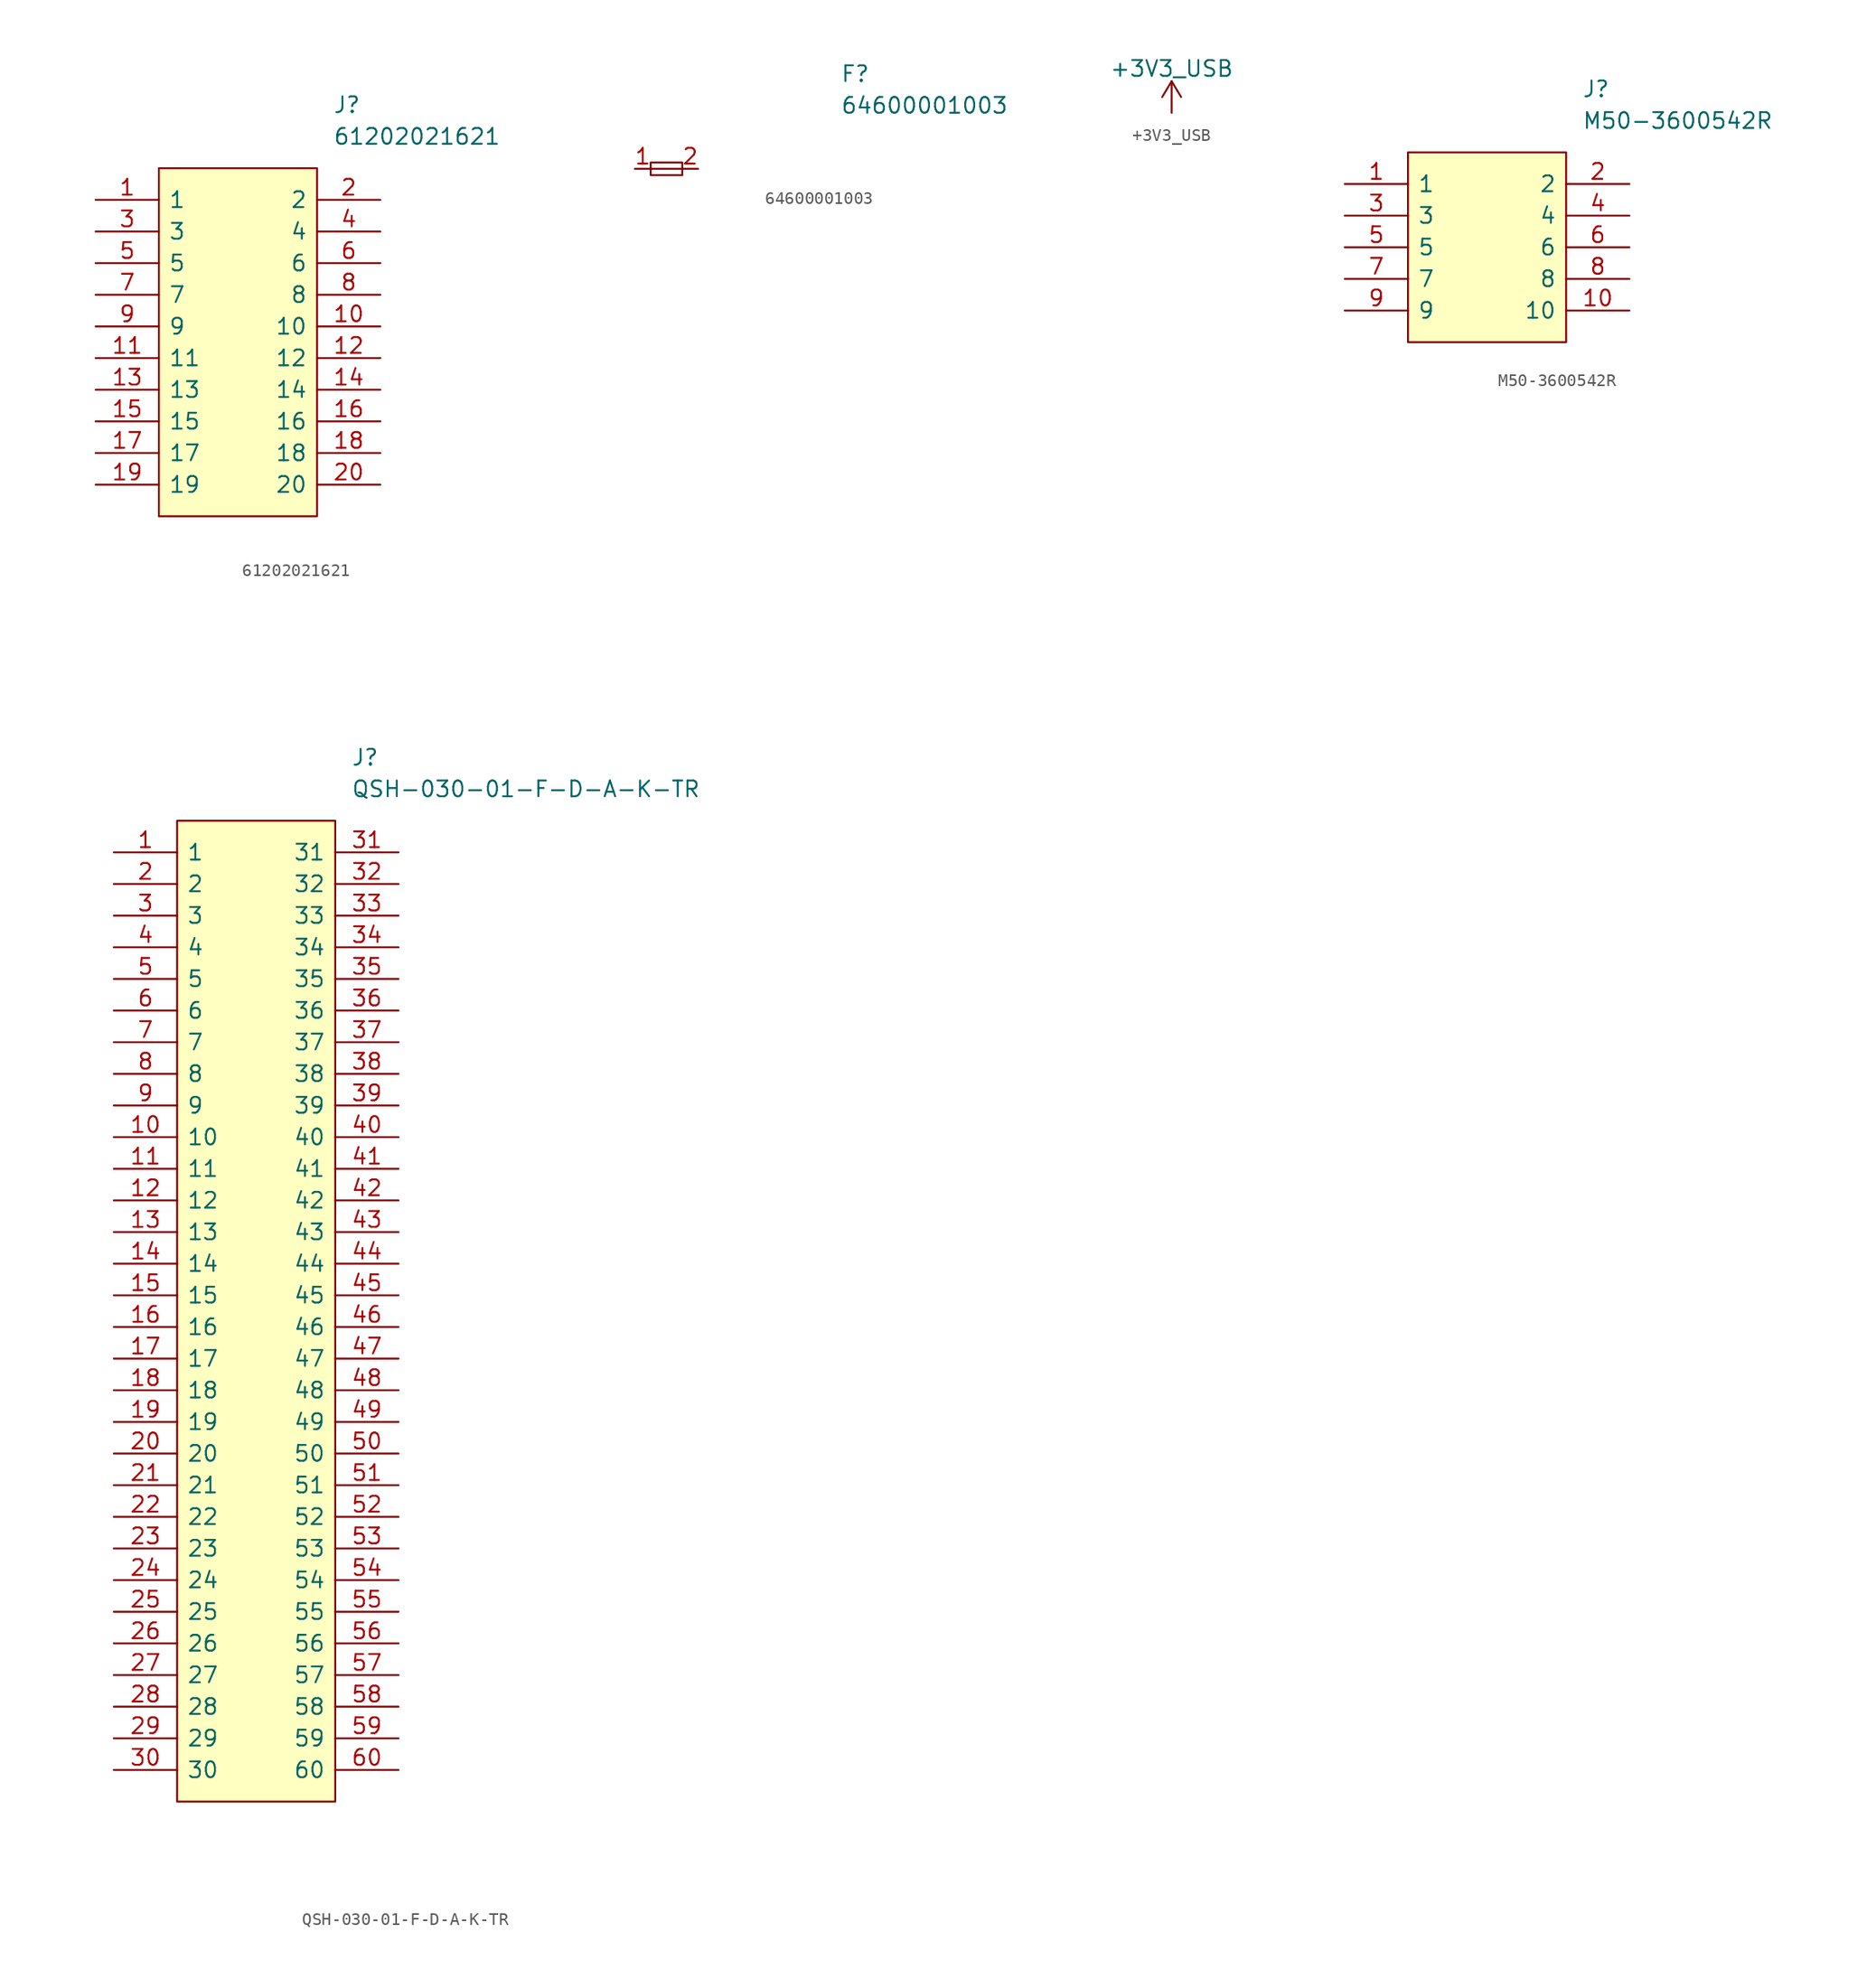
<source format=kicad_sym>
(kicad_symbol_lib
  (version 20211014)
  (generator kicad_symbol_editor)
  (symbol "61202021621"
    (pin_names
      (offset 0.762))
    (property "Reference" "J"
      (at 19.05 7.62 0)
      (effects (font (size 1.27 1.27)) (justify left)))
    (property "Value" "61202021621"
      (at 19.05 5.08 0)
      (effects (font (size 1.27 1.27)) (justify left)))
    (symbol "61202021621_0_0"
      (pin passive line (at 0 0 0) (length 5.08) (name "1" (effects (font (size 1.27 1.27)))) (number "1" (effects (font (size 1.27 1.27)))))
      (pin passive line (at 22.86 -10.16 180) (length 5.08) (name "10" (effects (font (size 1.27 1.27)))) (number "10" (effects (font (size 1.27 1.27)))))
      (pin passive line (at 0 -12.7 0) (length 5.08) (name "11" (effects (font (size 1.27 1.27)))) (number "11" (effects (font (size 1.27 1.27)))))
      (pin passive line (at 22.86 -12.7 180) (length 5.08) (name "12" (effects (font (size 1.27 1.27)))) (number "12" (effects (font (size 1.27 1.27)))))
      (pin passive line (at 0 -15.24 0) (length 5.08) (name "13" (effects (font (size 1.27 1.27)))) (number "13" (effects (font (size 1.27 1.27)))))
      (pin passive line (at 22.86 -15.24 180) (length 5.08) (name "14" (effects (font (size 1.27 1.27)))) (number "14" (effects (font (size 1.27 1.27)))))
      (pin passive line (at 0 -17.78 0) (length 5.08) (name "15" (effects (font (size 1.27 1.27)))) (number "15" (effects (font (size 1.27 1.27)))))
      (pin passive line (at 22.86 -17.78 180) (length 5.08) (name "16" (effects (font (size 1.27 1.27)))) (number "16" (effects (font (size 1.27 1.27)))))
      (pin passive line (at 0 -20.32 0) (length 5.08) (name "17" (effects (font (size 1.27 1.27)))) (number "17" (effects (font (size 1.27 1.27)))))
      (pin passive line (at 22.86 -20.32 180) (length 5.08) (name "18" (effects (font (size 1.27 1.27)))) (number "18" (effects (font (size 1.27 1.27)))))
      (pin passive line (at 0 -22.86 0) (length 5.08) (name "19" (effects (font (size 1.27 1.27)))) (number "19" (effects (font (size 1.27 1.27)))))
      (pin passive line (at 22.86 0 180) (length 5.08) (name "2" (effects (font (size 1.27 1.27)))) (number "2" (effects (font (size 1.27 1.27)))))
      (pin passive line (at 22.86 -22.86 180) (length 5.08) (name "20" (effects (font (size 1.27 1.27)))) (number "20" (effects (font (size 1.27 1.27)))))
      (pin passive line (at 0 -2.54 0) (length 5.08) (name "3" (effects (font (size 1.27 1.27)))) (number "3" (effects (font (size 1.27 1.27)))))
      (pin passive line (at 22.86 -2.54 180) (length 5.08) (name "4" (effects (font (size 1.27 1.27)))) (number "4" (effects (font (size 1.27 1.27)))))
      (pin passive line (at 0 -5.08 0) (length 5.08) (name "5" (effects (font (size 1.27 1.27)))) (number "5" (effects (font (size 1.27 1.27)))))
      (pin passive line (at 22.86 -5.08 180) (length 5.08) (name "6" (effects (font (size 1.27 1.27)))) (number "6" (effects (font (size 1.27 1.27)))))
      (pin passive line (at 0 -7.62 0) (length 5.08) (name "7" (effects (font (size 1.27 1.27)))) (number "7" (effects (font (size 1.27 1.27)))))
      (pin passive line (at 22.86 -7.62 180) (length 5.08) (name "8" (effects (font (size 1.27 1.27)))) (number "8" (effects (font (size 1.27 1.27)))))
      (pin passive line (at 0 -10.16 0) (length 5.08) (name "9" (effects (font (size 1.27 1.27)))) (number "9" (effects (font (size 1.27 1.27))))))
    (symbol "61202021621_0_1"
      (polyline (pts (xy 5.08 2.54) (xy 17.78 2.54) (xy 17.78 -25.4) (xy 5.08 -25.4) (xy 5.08 2.54)) (stroke (width 0) (type default) (color 0 0 0 0)) (fill (type background)))))
  (symbol "64600001003"
    (pin_names
      (offset 0.762))
    (property "Reference" "F"
      (at 16.51 7.62 0)
      (effects (font (size 1.27 1.27)) (justify left)))
    (property "Value" "64600001003"
      (at 16.51 5.08 0)
      (effects (font (size 1.27 1.27)) (justify left)))
    (symbol "64600001003_1_1"
      (polyline (pts (xy 1.27 0) (xy 3.81 0)) (stroke (width 0) (type default) (color 0 0 0 0)) (fill (type none)))
      (rectangle (start 1.27 0.508) (end 3.81 -0.508) (stroke (width 0) (type default) (color 0 0 0 0)) (fill (type none)))
      (pin passive line (at 0 0 0) (length 1.27) (name "~" (effects (font (size 1.27 1.27)))) (number "1" (effects (font (size 1.27 1.27)))))
      (pin passive line (at 5.08 0 180) (length 1.27) (name "~" (effects (font (size 1.27 1.27)))) (number "2" (effects (font (size 1.27 1.27)))))))
  (symbol "+3V3_USB"
    (power)
    (pin_names
      (offset 0))
    (property "Reference" "#PWR"
      (at 0 -3.81 0)
      (effects (font (size 1.27 1.27)) hide))
    (property "Value" "+3V3_USB"
      (at 0 3.556 0)
      (effects (font (size 1.27 1.27))))
    (symbol "+3V3_USB_0_1"
      (polyline (pts (xy -0.762 1.27) (xy 0 2.54)) (stroke (width 0) (type default) (color 0 0 0 0)) (fill (type none)))
      (polyline (pts (xy 0 0) (xy 0 2.54)) (stroke (width 0) (type default) (color 0 0 0 0)) (fill (type none)))
      (polyline (pts (xy 0 2.54) (xy 0.762 1.27)) (stroke (width 0) (type default) (color 0 0 0 0)) (fill (type none))))
    (symbol "+3V3_USB_1_1"
      (pin power_in line (at 0 0 90) (length 0) hide (name "+3V3_USB" (effects (font (size 1.27 1.27)))) (number "1" (effects (font (size 1.27 1.27)))))))
  (symbol "M50-3600542R"
    (pin_names
      (offset 0.762))
    (property "Reference" "J"
      (at 19.05 7.62 0)
      (effects (font (size 1.27 1.27)) (justify left)))
    (property "Value" "M50-3600542R"
      (at 19.05 5.08 0)
      (effects (font (size 1.27 1.27)) (justify left)))
    (symbol "M50-3600542R_0_0"
      (pin passive line (at 0 0 0) (length 5.08) (name "1" (effects (font (size 1.27 1.27)))) (number "1" (effects (font (size 1.27 1.27)))))
      (pin passive line (at 22.86 -10.16 180) (length 5.08) (name "10" (effects (font (size 1.27 1.27)))) (number "10" (effects (font (size 1.27 1.27)))))
      (pin passive line (at 22.86 0 180) (length 5.08) (name "2" (effects (font (size 1.27 1.27)))) (number "2" (effects (font (size 1.27 1.27)))))
      (pin passive line (at 0 -2.54 0) (length 5.08) (name "3" (effects (font (size 1.27 1.27)))) (number "3" (effects (font (size 1.27 1.27)))))
      (pin passive line (at 22.86 -2.54 180) (length 5.08) (name "4" (effects (font (size 1.27 1.27)))) (number "4" (effects (font (size 1.27 1.27)))))
      (pin passive line (at 0 -5.08 0) (length 5.08) (name "5" (effects (font (size 1.27 1.27)))) (number "5" (effects (font (size 1.27 1.27)))))
      (pin passive line (at 22.86 -5.08 180) (length 5.08) (name "6" (effects (font (size 1.27 1.27)))) (number "6" (effects (font (size 1.27 1.27)))))
      (pin passive line (at 0 -7.62 0) (length 5.08) (name "7" (effects (font (size 1.27 1.27)))) (number "7" (effects (font (size 1.27 1.27)))))
      (pin passive line (at 22.86 -7.62 180) (length 5.08) (name "8" (effects (font (size 1.27 1.27)))) (number "8" (effects (font (size 1.27 1.27)))))
      (pin passive line (at 0 -10.16 0) (length 5.08) (name "9" (effects (font (size 1.27 1.27)))) (number "9" (effects (font (size 1.27 1.27))))))
    (symbol "M50-3600542R_0_1"
      (polyline (pts (xy 5.08 2.54) (xy 17.78 2.54) (xy 17.78 -12.7) (xy 5.08 -12.7) (xy 5.08 2.54)) (stroke (width 0) (type default) (color 0 0 0 0)) (fill (type background)))))
  (symbol "QSH-030-01-F-D-A-K-TR"
    (pin_names
      (offset 0.762))
    (property "Reference" "J"
      (at 19.05 7.62 0)
      (effects (font (size 1.27 1.27)) (justify left)))
    (property "Value" "QSH-030-01-F-D-A-K-TR"
      (at 19.05 5.08 0)
      (effects (font (size 1.27 1.27)) (justify left)))
    (symbol "QSH-030-01-F-D-A-K-TR_0_0"
      (pin passive line (at 0 0 0) (length 5.08) (name "1" (effects (font (size 1.27 1.27)))) (number "1" (effects (font (size 1.27 1.27)))))
      (pin passive line (at 0 -22.86 0) (length 5.08) (name "10" (effects (font (size 1.27 1.27)))) (number "10" (effects (font (size 1.27 1.27)))))
      (pin passive line (at 0 -25.4 0) (length 5.08) (name "11" (effects (font (size 1.27 1.27)))) (number "11" (effects (font (size 1.27 1.27)))))
      (pin passive line (at 0 -27.94 0) (length 5.08) (name "12" (effects (font (size 1.27 1.27)))) (number "12" (effects (font (size 1.27 1.27)))))
      (pin passive line (at 0 -30.48 0) (length 5.08) (name "13" (effects (font (size 1.27 1.27)))) (number "13" (effects (font (size 1.27 1.27)))))
      (pin passive line (at 0 -33.02 0) (length 5.08) (name "14" (effects (font (size 1.27 1.27)))) (number "14" (effects (font (size 1.27 1.27)))))
      (pin passive line (at 0 -35.56 0) (length 5.08) (name "15" (effects (font (size 1.27 1.27)))) (number "15" (effects (font (size 1.27 1.27)))))
      (pin passive line (at 0 -38.1 0) (length 5.08) (name "16" (effects (font (size 1.27 1.27)))) (number "16" (effects (font (size 1.27 1.27)))))
      (pin passive line (at 0 -40.64 0) (length 5.08) (name "17" (effects (font (size 1.27 1.27)))) (number "17" (effects (font (size 1.27 1.27)))))
      (pin passive line (at 0 -43.18 0) (length 5.08) (name "18" (effects (font (size 1.27 1.27)))) (number "18" (effects (font (size 1.27 1.27)))))
      (pin passive line (at 0 -45.72 0) (length 5.08) (name "19" (effects (font (size 1.27 1.27)))) (number "19" (effects (font (size 1.27 1.27)))))
      (pin passive line (at 0 -2.54 0) (length 5.08) (name "2" (effects (font (size 1.27 1.27)))) (number "2" (effects (font (size 1.27 1.27)))))
      (pin passive line (at 0 -48.26 0) (length 5.08) (name "20" (effects (font (size 1.27 1.27)))) (number "20" (effects (font (size 1.27 1.27)))))
      (pin passive line (at 0 -50.8 0) (length 5.08) (name "21" (effects (font (size 1.27 1.27)))) (number "21" (effects (font (size 1.27 1.27)))))
      (pin passive line (at 0 -53.34 0) (length 5.08) (name "22" (effects (font (size 1.27 1.27)))) (number "22" (effects (font (size 1.27 1.27)))))
      (pin passive line (at 0 -55.88 0) (length 5.08) (name "23" (effects (font (size 1.27 1.27)))) (number "23" (effects (font (size 1.27 1.27)))))
      (pin passive line (at 0 -58.42 0) (length 5.08) (name "24" (effects (font (size 1.27 1.27)))) (number "24" (effects (font (size 1.27 1.27)))))
      (pin passive line (at 0 -60.96 0) (length 5.08) (name "25" (effects (font (size 1.27 1.27)))) (number "25" (effects (font (size 1.27 1.27)))))
      (pin passive line (at 0 -63.5 0) (length 5.08) (name "26" (effects (font (size 1.27 1.27)))) (number "26" (effects (font (size 1.27 1.27)))))
      (pin passive line (at 0 -66.04 0) (length 5.08) (name "27" (effects (font (size 1.27 1.27)))) (number "27" (effects (font (size 1.27 1.27)))))
      (pin passive line (at 0 -68.58 0) (length 5.08) (name "28" (effects (font (size 1.27 1.27)))) (number "28" (effects (font (size 1.27 1.27)))))
      (pin passive line (at 0 -71.12 0) (length 5.08) (name "29" (effects (font (size 1.27 1.27)))) (number "29" (effects (font (size 1.27 1.27)))))
      (pin passive line (at 0 -5.08 0) (length 5.08) (name "3" (effects (font (size 1.27 1.27)))) (number "3" (effects (font (size 1.27 1.27)))))
      (pin passive line (at 0 -73.66 0) (length 5.08) (name "30" (effects (font (size 1.27 1.27)))) (number "30" (effects (font (size 1.27 1.27)))))
      (pin passive line (at 22.86 0 180) (length 5.08) (name "31" (effects (font (size 1.27 1.27)))) (number "31" (effects (font (size 1.27 1.27)))))
      (pin passive line (at 22.86 -2.54 180) (length 5.08) (name "32" (effects (font (size 1.27 1.27)))) (number "32" (effects (font (size 1.27 1.27)))))
      (pin passive line (at 22.86 -5.08 180) (length 5.08) (name "33" (effects (font (size 1.27 1.27)))) (number "33" (effects (font (size 1.27 1.27)))))
      (pin passive line (at 22.86 -7.62 180) (length 5.08) (name "34" (effects (font (size 1.27 1.27)))) (number "34" (effects (font (size 1.27 1.27)))))
      (pin passive line (at 22.86 -10.16 180) (length 5.08) (name "35" (effects (font (size 1.27 1.27)))) (number "35" (effects (font (size 1.27 1.27)))))
      (pin passive line (at 22.86 -12.7 180) (length 5.08) (name "36" (effects (font (size 1.27 1.27)))) (number "36" (effects (font (size 1.27 1.27)))))
      (pin passive line (at 22.86 -15.24 180) (length 5.08) (name "37" (effects (font (size 1.27 1.27)))) (number "37" (effects (font (size 1.27 1.27)))))
      (pin passive line (at 22.86 -17.78 180) (length 5.08) (name "38" (effects (font (size 1.27 1.27)))) (number "38" (effects (font (size 1.27 1.27)))))
      (pin passive line (at 22.86 -20.32 180) (length 5.08) (name "39" (effects (font (size 1.27 1.27)))) (number "39" (effects (font (size 1.27 1.27)))))
      (pin passive line (at 0 -7.62 0) (length 5.08) (name "4" (effects (font (size 1.27 1.27)))) (number "4" (effects (font (size 1.27 1.27)))))
      (pin passive line (at 22.86 -22.86 180) (length 5.08) (name "40" (effects (font (size 1.27 1.27)))) (number "40" (effects (font (size 1.27 1.27)))))
      (pin passive line (at 22.86 -25.4 180) (length 5.08) (name "41" (effects (font (size 1.27 1.27)))) (number "41" (effects (font (size 1.27 1.27)))))
      (pin passive line (at 22.86 -27.94 180) (length 5.08) (name "42" (effects (font (size 1.27 1.27)))) (number "42" (effects (font (size 1.27 1.27)))))
      (pin passive line (at 22.86 -30.48 180) (length 5.08) (name "43" (effects (font (size 1.27 1.27)))) (number "43" (effects (font (size 1.27 1.27)))))
      (pin passive line (at 22.86 -33.02 180) (length 5.08) (name "44" (effects (font (size 1.27 1.27)))) (number "44" (effects (font (size 1.27 1.27)))))
      (pin passive line (at 22.86 -35.56 180) (length 5.08) (name "45" (effects (font (size 1.27 1.27)))) (number "45" (effects (font (size 1.27 1.27)))))
      (pin passive line (at 22.86 -38.1 180) (length 5.08) (name "46" (effects (font (size 1.27 1.27)))) (number "46" (effects (font (size 1.27 1.27)))))
      (pin passive line (at 22.86 -40.64 180) (length 5.08) (name "47" (effects (font (size 1.27 1.27)))) (number "47" (effects (font (size 1.27 1.27)))))
      (pin passive line (at 22.86 -43.18 180) (length 5.08) (name "48" (effects (font (size 1.27 1.27)))) (number "48" (effects (font (size 1.27 1.27)))))
      (pin passive line (at 22.86 -45.72 180) (length 5.08) (name "49" (effects (font (size 1.27 1.27)))) (number "49" (effects (font (size 1.27 1.27)))))
      (pin passive line (at 0 -10.16 0) (length 5.08) (name "5" (effects (font (size 1.27 1.27)))) (number "5" (effects (font (size 1.27 1.27)))))
      (pin passive line (at 22.86 -48.26 180) (length 5.08) (name "50" (effects (font (size 1.27 1.27)))) (number "50" (effects (font (size 1.27 1.27)))))
      (pin passive line (at 22.86 -50.8 180) (length 5.08) (name "51" (effects (font (size 1.27 1.27)))) (number "51" (effects (font (size 1.27 1.27)))))
      (pin passive line (at 22.86 -53.34 180) (length 5.08) (name "52" (effects (font (size 1.27 1.27)))) (number "52" (effects (font (size 1.27 1.27)))))
      (pin passive line (at 22.86 -55.88 180) (length 5.08) (name "53" (effects (font (size 1.27 1.27)))) (number "53" (effects (font (size 1.27 1.27)))))
      (pin passive line (at 22.86 -58.42 180) (length 5.08) (name "54" (effects (font (size 1.27 1.27)))) (number "54" (effects (font (size 1.27 1.27)))))
      (pin passive line (at 22.86 -60.96 180) (length 5.08) (name "55" (effects (font (size 1.27 1.27)))) (number "55" (effects (font (size 1.27 1.27)))))
      (pin passive line (at 22.86 -63.5 180) (length 5.08) (name "56" (effects (font (size 1.27 1.27)))) (number "56" (effects (font (size 1.27 1.27)))))
      (pin passive line (at 22.86 -66.04 180) (length 5.08) (name "57" (effects (font (size 1.27 1.27)))) (number "57" (effects (font (size 1.27 1.27)))))
      (pin passive line (at 22.86 -68.58 180) (length 5.08) (name "58" (effects (font (size 1.27 1.27)))) (number "58" (effects (font (size 1.27 1.27)))))
      (pin passive line (at 22.86 -71.12 180) (length 5.08) (name "59" (effects (font (size 1.27 1.27)))) (number "59" (effects (font (size 1.27 1.27)))))
      (pin passive line (at 0 -12.7 0) (length 5.08) (name "6" (effects (font (size 1.27 1.27)))) (number "6" (effects (font (size 1.27 1.27)))))
      (pin passive line (at 22.86 -73.66 180) (length 5.08) (name "60" (effects (font (size 1.27 1.27)))) (number "60" (effects (font (size 1.27 1.27)))))
      (pin passive line (at 0 -15.24 0) (length 5.08) (name "7" (effects (font (size 1.27 1.27)))) (number "7" (effects (font (size 1.27 1.27)))))
      (pin passive line (at 0 -17.78 0) (length 5.08) (name "8" (effects (font (size 1.27 1.27)))) (number "8" (effects (font (size 1.27 1.27)))))
      (pin passive line (at 0 -20.32 0) (length 5.08) (name "9" (effects (font (size 1.27 1.27)))) (number "9" (effects (font (size 1.27 1.27))))))
    (symbol "QSH-030-01-F-D-A-K-TR_0_1"
      (polyline (pts (xy 5.08 2.54) (xy 17.78 2.54) (xy 17.78 -76.2) (xy 5.08 -76.2) (xy 5.08 2.54)) (stroke (width 0) (type default) (color 0 0 0 0)) (fill (type background))))))
</source>
